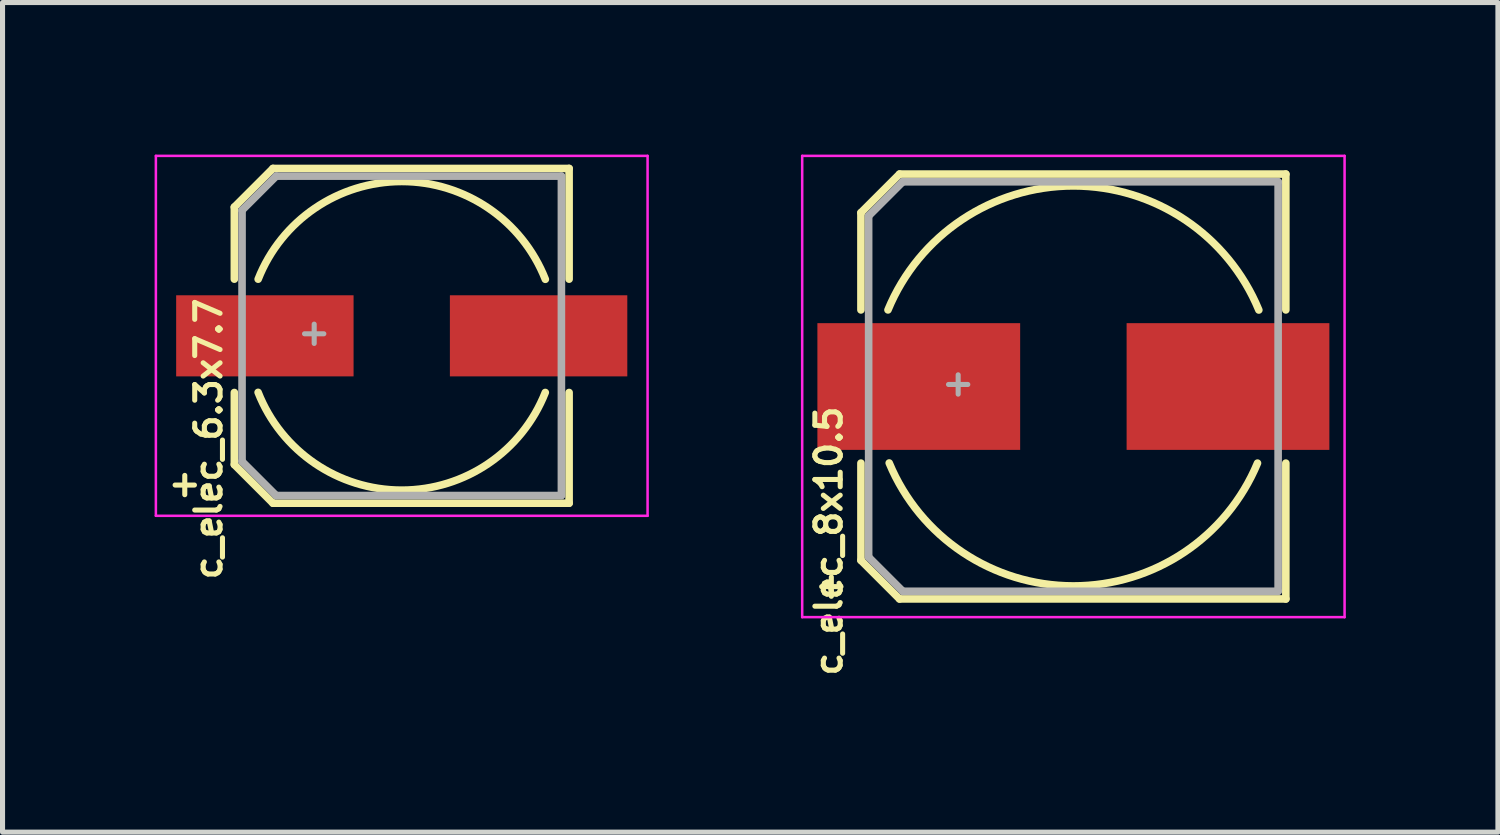
<source format=kicad_pcb>
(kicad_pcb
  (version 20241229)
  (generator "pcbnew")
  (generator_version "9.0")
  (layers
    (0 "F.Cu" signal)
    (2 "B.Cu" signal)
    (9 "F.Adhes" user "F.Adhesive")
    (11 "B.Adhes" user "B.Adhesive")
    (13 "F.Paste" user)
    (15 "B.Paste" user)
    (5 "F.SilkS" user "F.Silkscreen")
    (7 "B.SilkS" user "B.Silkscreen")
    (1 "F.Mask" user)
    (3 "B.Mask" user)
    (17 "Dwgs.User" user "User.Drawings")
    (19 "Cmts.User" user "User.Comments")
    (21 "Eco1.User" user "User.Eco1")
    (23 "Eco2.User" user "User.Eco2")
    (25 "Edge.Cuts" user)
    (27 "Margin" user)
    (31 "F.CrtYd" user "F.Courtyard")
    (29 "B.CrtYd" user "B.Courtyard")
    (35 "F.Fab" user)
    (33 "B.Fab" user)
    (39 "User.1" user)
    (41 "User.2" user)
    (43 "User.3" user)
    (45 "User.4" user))
  (footprint "c_elec_6.3x7.7"
    (layer "F.Cu")
    (at 4.875 3.575)
    (property "Reference" "c_elec_6.3x7.7" (at -3.81 2.032 90) (layer "F.SilkS") (effects (font (size 0.5 0.5) (thickness 0.1))))
    (attr smd)
    (fp_line (start -3.302 -2.54) (end -3.302 -1.118) (stroke (width 0.15) (type solid)) (layer "F.SilkS"))
    (fp_line (start -3.302 -2.54) (end -2.54 -3.302) (stroke (width 0.15) (type solid)) (layer "F.SilkS"))
    (fp_line (start -3.302 2.54) (end -3.302 1.118) (stroke (width 0.15) (type solid)) (layer "F.SilkS"))
    (fp_line (start -2.54 -3.302) (end 3.302 -3.302) (stroke (width 0.15) (type solid)) (layer "F.SilkS"))
    (fp_line (start -2.54 3.302) (end -3.302 2.54) (stroke (width 0.15) (type solid)) (layer "F.SilkS"))
    (fp_line (start 3.302 -3.302) (end 3.302 -1.118) (stroke (width 0.15) (type solid)) (layer "F.SilkS"))
    (fp_line (start 3.302 3.302) (end -2.54 3.302) (stroke (width 0.15) (type solid)) (layer "F.SilkS"))
    (fp_line (start 3.302 3.302) (end 3.302 1.118) (stroke (width 0.15) (type solid)) (layer "F.SilkS"))
    (fp_arc (start -2.8321 -1.1176) (mid 0.001257 -3.044638) (end 2.833022 -1.115262) (stroke (width 0.15) (type solid)) (layer "F.SilkS"))
    (fp_arc (start 2.8321 1.1176) (mid -0.001257 3.044638) (end -2.833022 1.115262) (stroke (width 0.15) (type solid)) (layer "F.SilkS"))
    (fp_line (start -4.85 -3.55) (end -4.85 3.55) (stroke (width 0.05) (type solid)) (layer "F.CrtYd"))
    (fp_line (start -4.85 3.55) (end 4.85 3.55) (stroke (width 0.05) (type solid)) (layer "F.CrtYd"))
    (fp_line (start 4.85 -3.55) (end -4.85 -3.55) (stroke (width 0.05) (type solid)) (layer "F.CrtYd"))
    (fp_line (start 4.85 3.55) (end 4.85 -3.55) (stroke (width 0.05) (type solid)) (layer "F.CrtYd"))
    (fp_line (start -3.15 -2.477) (end -3.15 2.477) (stroke (width 0.15) (type solid)) (layer "F.Fab"))
    (fp_line (start -3.15 2.477) (end -2.477 3.15) (stroke (width 0.15) (type solid)) (layer "F.Fab"))
    (fp_line (start -2.477 -3.15) (end -3.15 -2.477) (stroke (width 0.15) (type solid)) (layer "F.Fab"))
    (fp_line (start -2.477 3.15) (end 3.15 3.15) (stroke (width 0.15) (type solid)) (layer "F.Fab"))
    (fp_line (start 3.15 -3.15) (end -2.477 -3.15) (stroke (width 0.15) (type solid)) (layer "F.Fab"))
    (fp_line (start 3.15 3.15) (end 3.15 -3.15) (stroke (width 0.15) (type solid)) (layer "F.Fab"))
    (fp_text user "+" (at -4.28 2.908 0) (layer "F.SilkS") (effects (font (size 0.5 0.5) (thickness 0.1))))
    (fp_text user "+" (at -1.727 -0.076 0) (layer "F.Fab") (effects (font (size 0.5 0.5) (thickness 0.1))))
    (pad "1" smd rect (at -2.7 0 180) (size 3.5 1.6) (layers "F.Cu" "F.Mask" "F.Paste"))
    (pad "2" smd rect (at 2.7 0 180) (size 3.5 1.6) (layers "F.Cu" "F.Mask" "F.Paste")))
  (footprint "c_elec_8x10.5"
    (layer "F.Cu")
    (at 18.125 4.575)
    (property "Reference" "c_elec_8x10.5" (at -4.826 3.048 90) (layer "F.SilkS") (effects (font (size 0.5 0.5) (thickness 0.1))))
    (attr smd)
    (fp_line (start -4.191 -3.429) (end -4.191 -1.511) (stroke (width 0.15) (type solid)) (layer "F.SilkS"))
    (fp_line (start -4.191 -3.429) (end -3.429 -4.191) (stroke (width 0.15) (type solid)) (layer "F.SilkS"))
    (fp_line (start -4.191 3.429) (end -4.191 1.511) (stroke (width 0.15) (type solid)) (layer "F.SilkS"))
    (fp_line (start -3.429 -4.191) (end 4.191 -4.191) (stroke (width 0.15) (type solid)) (layer "F.SilkS"))
    (fp_line (start -3.429 4.191) (end -4.191 3.429) (stroke (width 0.15) (type solid)) (layer "F.SilkS"))
    (fp_line (start 4.191 -4.191) (end 4.191 -1.511) (stroke (width 0.15) (type solid)) (layer "F.SilkS"))
    (fp_line (start 4.191 4.191) (end -3.429 4.191) (stroke (width 0.15) (type solid)) (layer "F.SilkS"))
    (fp_line (start 4.191 4.191) (end 4.191 1.511) (stroke (width 0.15) (type solid)) (layer "F.SilkS"))
    (fp_arc (start -3.6576 -1.5113) (mid 0.001026 -3.957533) (end 3.658383 -1.509403) (stroke (width 0.15) (type solid)) (layer "F.SilkS"))
    (fp_arc (start 3.6322 1.5113) (mid -0.001441 3.934069) (end -3.633306 1.508639) (stroke (width 0.15) (type solid)) (layer "F.SilkS"))
    (fp_line (start -5.35 -4.55) (end -5.35 4.55) (stroke (width 0.05) (type solid)) (layer "F.CrtYd"))
    (fp_line (start -5.35 4.55) (end 5.35 4.55) (stroke (width 0.05) (type solid)) (layer "F.CrtYd"))
    (fp_line (start 5.35 -4.55) (end -5.35 -4.55) (stroke (width 0.05) (type solid)) (layer "F.CrtYd"))
    (fp_line (start 5.35 4.55) (end 5.35 -4.55) (stroke (width 0.05) (type solid)) (layer "F.CrtYd"))
    (fp_line (start -4.039 -3.365) (end -4.039 3.365) (stroke (width 0.15) (type solid)) (layer "F.Fab"))
    (fp_line (start -4.039 3.365) (end -3.365 4.039) (stroke (width 0.15) (type solid)) (layer "F.Fab"))
    (fp_line (start -3.365 -4.039) (end -4.039 -3.365) (stroke (width 0.15) (type solid)) (layer "F.Fab"))
    (fp_line (start -3.365 4.039) (end 4.039 4.039) (stroke (width 0.15) (type solid)) (layer "F.Fab"))
    (fp_line (start 4.039 -4.039) (end -3.365 -4.039) (stroke (width 0.15) (type solid)) (layer "F.Fab"))
    (fp_line (start 4.039 4.039) (end 4.039 -4.039) (stroke (width 0.15) (type solid)) (layer "F.Fab"))
    (fp_text user "+" (at -4.775 3.912 0) (layer "F.SilkS") (effects (font (size 0.5 0.5) (thickness 0.1))))
    (fp_text user "+" (at -2.273 -0.076 0) (layer "F.Fab") (effects (font (size 0.5 0.5) (thickness 0.1))))
    (pad "1" smd rect (at -3.05 0 180) (size 4 2.5) (layers "F.Cu" "F.Mask" "F.Paste"))
    (pad "2" smd rect (at 3.05 0 180) (size 4 2.5) (layers "F.Cu" "F.Mask" "F.Paste")))
  (gr_rect
    (start -3 -3)
    (end 26.5 13.366)
    (stroke (width 0.1) (type default))
    (fill no)
    (layer "Edge.Cuts")))
</source>
